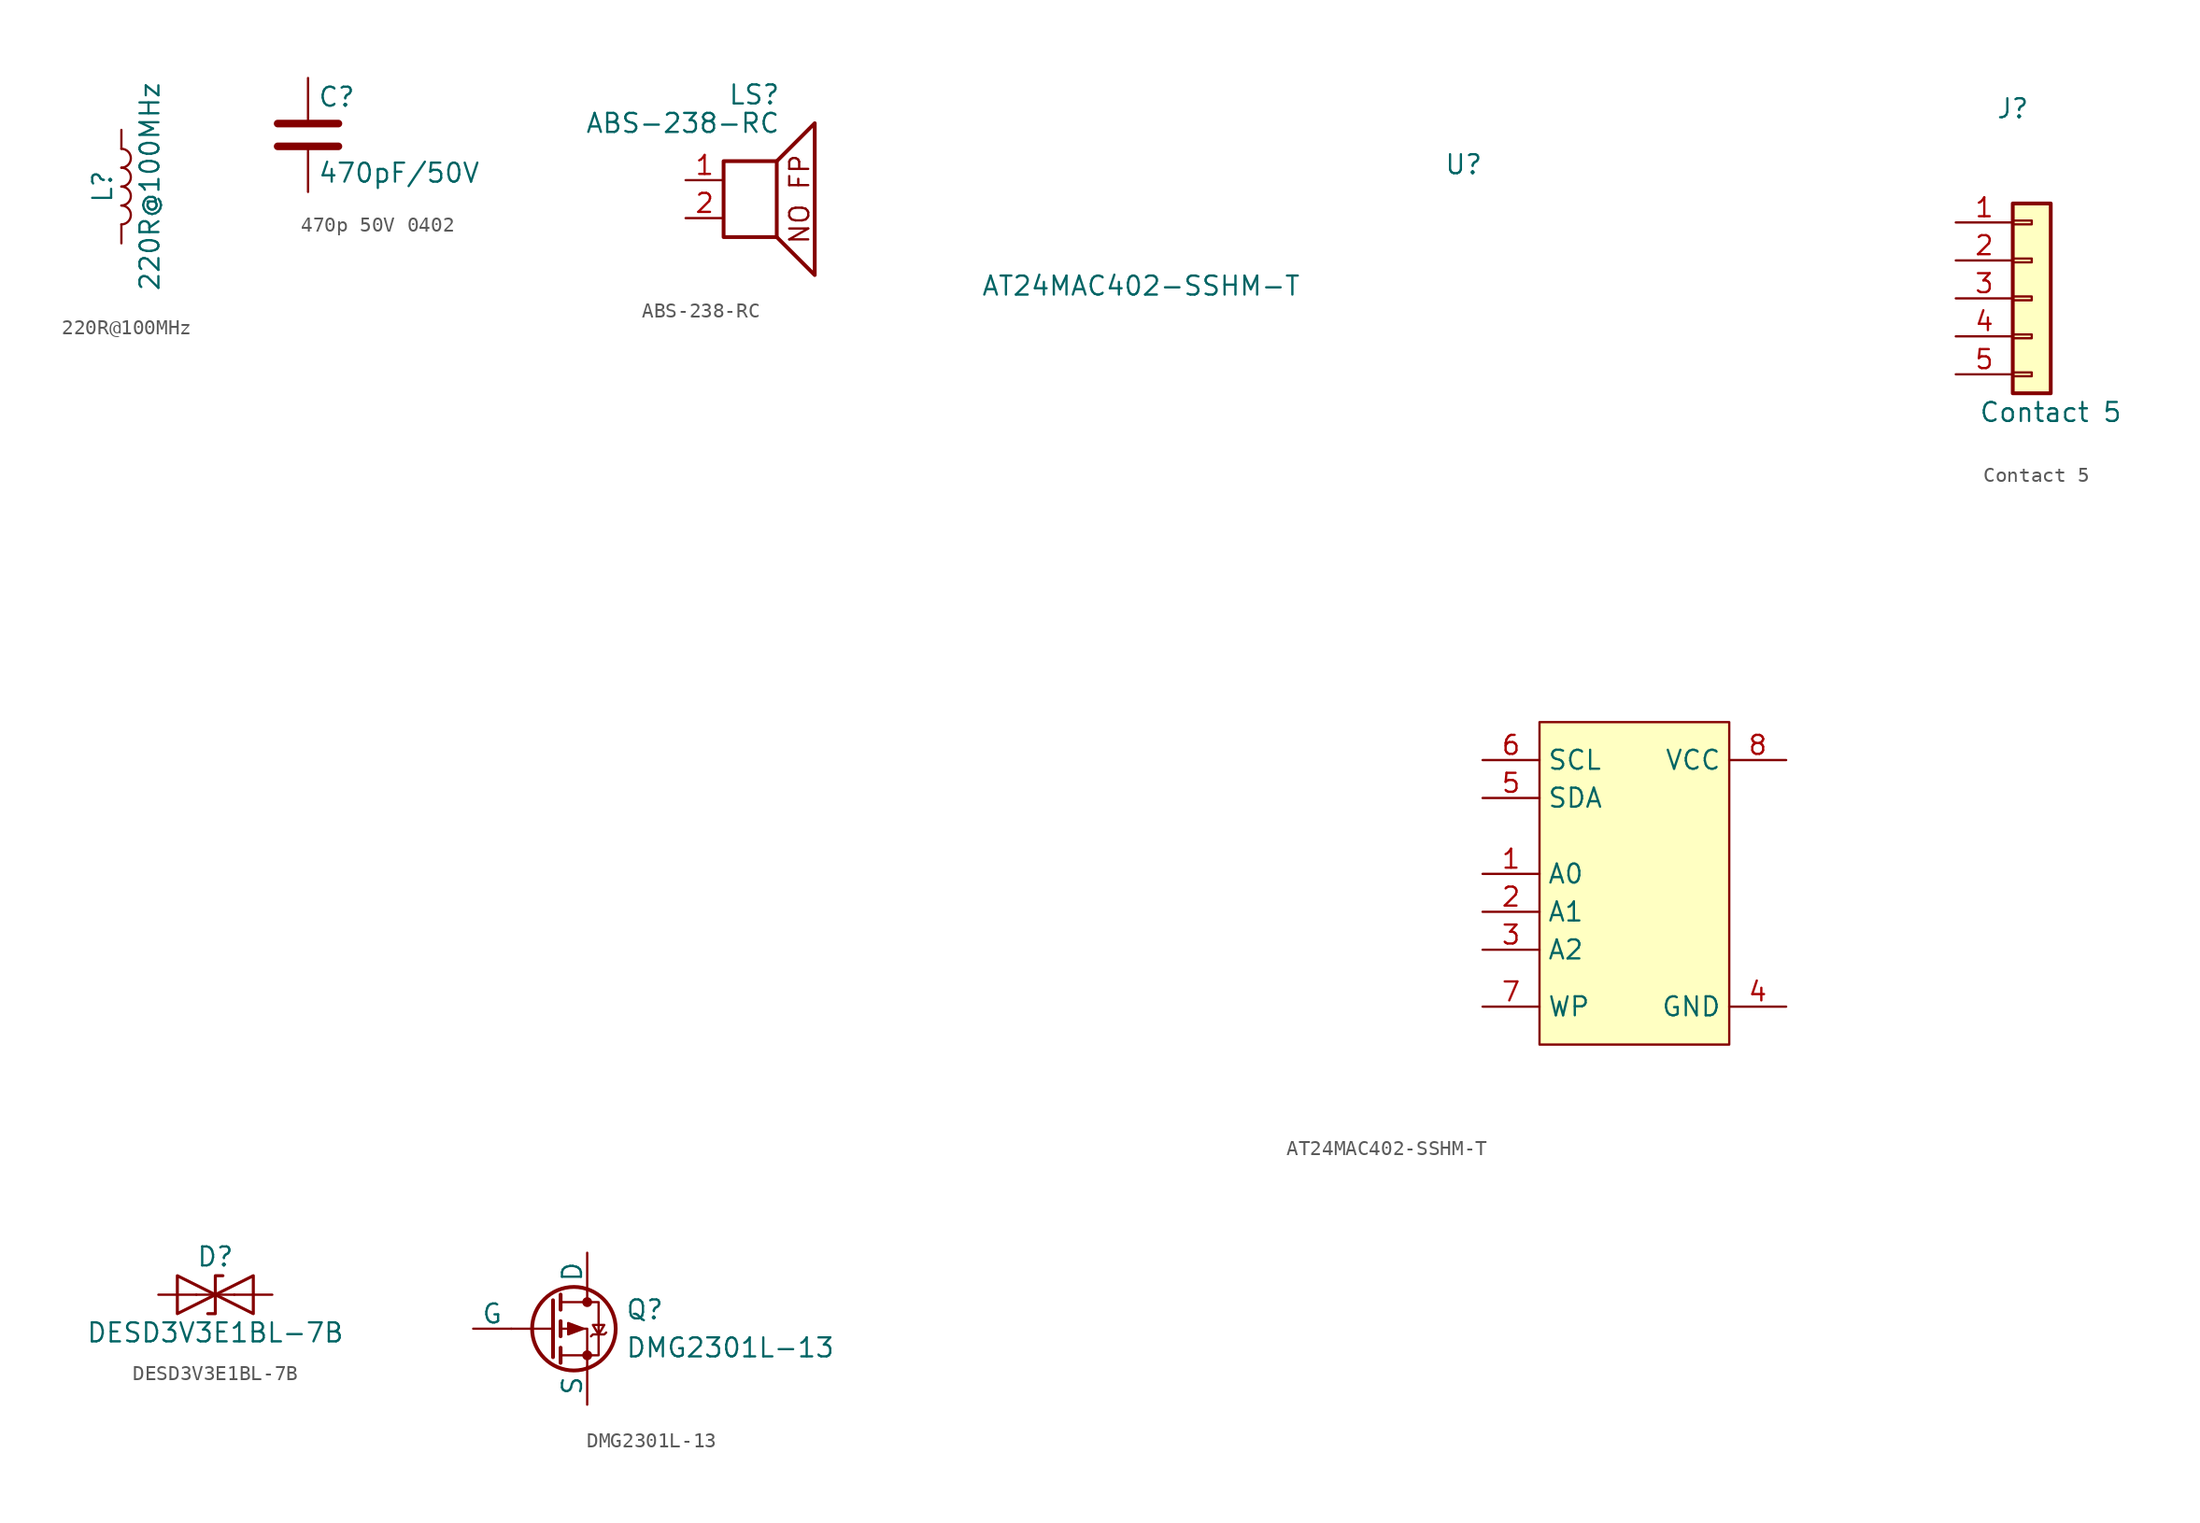
<source format=kicad_sym>
(kicad_symbol_lib
  (version 20231120)
  (generator "kicad_symbol_editor")
  (generator_version "8.0")
  (symbol "220R@100MHz"
    (pin_numbers hide)
    (pin_names
      (offset 1.016) hide)
    (property "Reference" "L"
      (at -1.27 0 90)
      (effects (font (size 1.27 1.27))))
    (property "Value" "220R@100MHz"
      (at 1.905 0 90)
      (effects (font (size 1.27 1.27))))
    (symbol "220R@100MHz_0_1"
      (arc (start 0 -2.54) (mid 0.6323 -1.905) (end 0 -1.27) (stroke (width 0) (type default)) (fill (type none)))
      (arc (start 0 -1.27) (mid 0.6323 -0.635) (end 0 0) (stroke (width 0) (type default)) (fill (type none)))
      (arc (start 0 0) (mid 0.6323 0.635) (end 0 1.27) (stroke (width 0) (type default)) (fill (type none)))
      (arc (start 0 1.27) (mid 0.6323 1.905) (end 0 2.54) (stroke (width 0) (type default)) (fill (type none))))
    (symbol "220R@100MHz_1_1"
      (pin passive line (at 0 3.81 270) (length 1.27) (name "1" (effects (font (size 1.27 1.27)))) (number "1" (effects (font (size 1.27 1.27)))))
      (pin passive line (at 0 -3.81 90) (length 1.27) (name "2" (effects (font (size 1.27 1.27)))) (number "2" (effects (font (size 1.27 1.27)))))))
  (symbol "470p 50V 0402"
    (pin_numbers hide)
    (pin_names
      (offset 0.254))
    (property "Reference" "C"
      (at 0.635 2.54 0)
      (effects (font (size 1.27 1.27)) (justify left)))
    (property "Value" "470pF/50V"
      (at 0.635 -2.54 0)
      (effects (font (size 1.27 1.27)) (justify left)))
    (symbol "470p 50V 0402_0_1"
      (polyline (pts (xy -2.032 -0.762) (xy 2.032 -0.762)) (stroke (width 0.508) (type default)) (fill (type none)))
      (polyline (pts (xy -2.032 0.762) (xy 2.032 0.762)) (stroke (width 0.508) (type default)) (fill (type none))))
    (symbol "470p 50V 0402_1_1"
      (pin passive line (at 0 3.81 270) (length 2.794) (name "~" (effects (font (size 1.27 1.27)))) (number "1" (effects (font (size 1.27 1.27)))))
      (pin passive line (at 0 -3.81 90) (length 2.794) (name "~" (effects (font (size 1.27 1.27)))) (number "2" (effects (font (size 1.27 1.27)))))))
  (symbol "ABS-238-RC"
    (pin_names
      (offset 0) hide)
    (property "Reference" "LS"
      (at 1.27 5.715 0)
      (effects (font (size 1.27 1.27)) (justify right)))
    (property "Value" "ABS-238-RC"
      (at 1.27 3.81 0)
      (effects (font (size 1.27 1.27)) (justify right)))
    (symbol "ABS-238-RC_0_0"
      (rectangle (start -2.54 1.27) (end 1.016 -3.81) (stroke (width 0.254) (type default)) (fill (type none)))
      (polyline (pts (xy 1.016 1.27) (xy 3.556 3.81) (xy 3.556 -6.35) (xy 1.016 -3.81)) (stroke (width 0.254) (type default)) (fill (type none))))
    (symbol "ABS-238-RC_1_1"
      (text "NO FP" (at 2.54 -1.27 900) (effects (font (size 1.27 1.27))))
      (pin input line (at -5.08 0 0) (length 2.54) (name "1" (effects (font (size 1.27 1.27)))) (number "1" (effects (font (size 1.27 1.27)))))
      (pin input line (at -5.08 -2.54 0) (length 2.54) (name "2" (effects (font (size 1.27 1.27)))) (number "2" (effects (font (size 1.27 1.27)))))))
  (symbol "AT24MAC402-SSHM-T"
    (property "Reference" "U"
      (at -5.08 39.878 0)
      (effects (font (size 1.27 1.27))))
    (property "Value" "AT24MAC402-SSHM-T"
      (at -26.67 31.75 0)
      (effects (font (size 1.27 1.27))))
    (symbol "AT24MAC402-SSHM-T_1_1"
      (rectangle (start 0 2.54) (end 12.7 -19.05) (stroke (width 0) (type default)) (fill (type background)))
      (pin input line (at -3.81 -7.62 0) (length 3.81) (name "A0" (effects (font (size 1.27 1.27)))) (number "1" (effects (font (size 1.27 1.27)))))
      (pin input line (at -3.81 -10.16 0) (length 3.81) (name "A1" (effects (font (size 1.27 1.27)))) (number "2" (effects (font (size 1.27 1.27)))))
      (pin input line (at -3.81 -12.7 0) (length 3.81) (name "A2" (effects (font (size 1.27 1.27)))) (number "3" (effects (font (size 1.27 1.27)))))
      (pin power_in line (at 16.51 -16.51 180) (length 3.81) (name "GND" (effects (font (size 1.27 1.27)))) (number "4" (effects (font (size 1.27 1.27)))))
      (pin input line (at -3.81 -2.54 0) (length 3.81) (name "SDA" (effects (font (size 1.27 1.27)))) (number "5" (effects (font (size 1.27 1.27)))))
      (pin input line (at -3.81 0 0) (length 3.81) (name "SCL" (effects (font (size 1.27 1.27)))) (number "6" (effects (font (size 1.27 1.27)))))
      (pin input line (at -3.81 -16.51 0) (length 3.81) (name "WP" (effects (font (size 1.27 1.27)))) (number "7" (effects (font (size 1.27 1.27)))))
      (pin power_in line (at 16.51 0 180) (length 3.81) (name "VCC" (effects (font (size 1.27 1.27)))) (number "8" (effects (font (size 1.27 1.27)))))))
  (symbol "Contact 5"
    (pin_names
      (offset 1.016) hide)
    (property "Reference" "J"
      (at 0 7.62 0)
      (effects (font (size 1.27 1.27))))
    (property "Value" "Contact 5"
      (at 2.54 -12.7 0)
      (effects (font (size 1.27 1.27))))
    (symbol "Contact 5_1_1"
      (rectangle (start 0 -10.033) (end 1.27 -10.287) (stroke (width 0.152) (type default)) (fill (type none)))
      (rectangle (start 0 -7.493) (end 1.27 -7.747) (stroke (width 0.152) (type default)) (fill (type none)))
      (rectangle (start 0 -4.953) (end 1.27 -5.207) (stroke (width 0.152) (type default)) (fill (type none)))
      (rectangle (start 0 -2.413) (end 1.27 -2.667) (stroke (width 0.152) (type default)) (fill (type none)))
      (rectangle (start 0 0.127) (end 1.27 -0.127) (stroke (width 0.152) (type default)) (fill (type none)))
      (rectangle (start 0 1.27) (end 2.54 -11.43) (stroke (width 0.254) (type default)) (fill (type background)))
      (pin passive line (at -3.81 0 0) (length 3.81) (name "Pin_1" (effects (font (size 1.27 1.27)))) (number "1" (effects (font (size 1.27 1.27)))))
      (pin passive line (at -3.81 -2.54 0) (length 3.81) (name "Pin_2" (effects (font (size 1.27 1.27)))) (number "2" (effects (font (size 1.27 1.27)))))
      (pin passive line (at -3.81 -5.08 0) (length 3.81) (name "Pin_3" (effects (font (size 1.27 1.27)))) (number "3" (effects (font (size 1.27 1.27)))))
      (pin passive line (at -3.81 -7.62 0) (length 3.81) (name "Pin_4" (effects (font (size 1.27 1.27)))) (number "4" (effects (font (size 1.27 1.27)))))
      (pin passive line (at -3.81 -10.16 0) (length 3.81) (name "Pin_5" (effects (font (size 1.27 1.27)))) (number "5" (effects (font (size 1.27 1.27)))))))
  (symbol "DESD3V3E1BL-7B"
    (pin_numbers hide)
    (pin_names
      (offset 1.016) hide)
    (property "Reference" "D"
      (at 0 2.54 0)
      (effects (font (size 1.27 1.27))))
    (property "Value" "DESD3V3E1BL-7B"
      (at 0 -2.54 0)
      (effects (font (size 1.27 1.27))))
    (symbol "DESD3V3E1BL-7B_0_1"
      (polyline (pts (xy 1.27 0) (xy -1.27 0)) (stroke (width 0) (type default)) (fill (type none)))
      (polyline (pts (xy -2.54 -1.27) (xy 0 0) (xy -2.54 1.27) (xy -2.54 -1.27)) (stroke (width 0.203) (type default)) (fill (type none)))
      (polyline (pts (xy 0.508 1.27) (xy 0 1.27) (xy 0 -1.27) (xy -0.508 -1.27)) (stroke (width 0.203) (type default)) (fill (type none)))
      (polyline (pts (xy 2.54 1.27) (xy 2.54 -1.27) (xy 0 0) (xy 2.54 1.27)) (stroke (width 0.203) (type default)) (fill (type none))))
    (symbol "DESD3V3E1BL-7B_1_1"
      (pin passive line (at -3.81 0 0) (length 2.54) (name "A1" (effects (font (size 1.27 1.27)))) (number "1" (effects (font (size 1.27 1.27)))))
      (pin passive line (at 3.81 0 180) (length 2.54) (name "A2" (effects (font (size 1.27 1.27)))) (number "2" (effects (font (size 1.27 1.27)))))))
  (symbol "DMG2301L-13"
    (pin_numbers hide)
    (pin_names
      (offset 0))
    (property "Reference" "Q"
      (at 5.08 1.27 0)
      (effects (font (size 1.27 1.27)) (justify left)))
    (property "Value" "DMG2301L-13"
      (at 5.08 -1.27 0)
      (effects (font (size 1.27 1.27)) (justify left)))
    (symbol "DMG2301L-13_0_1"
      (polyline (pts (xy 0.254 0) (xy -2.54 0)) (stroke (width 0) (type default)) (fill (type none)))
      (polyline (pts (xy 0.254 1.905) (xy 0.254 -1.905)) (stroke (width 0.254) (type default)) (fill (type none)))
      (polyline (pts (xy 0.762 -1.27) (xy 0.762 -2.286)) (stroke (width 0.254) (type default)) (fill (type none)))
      (polyline (pts (xy 0.762 0.508) (xy 0.762 -0.508)) (stroke (width 0.254) (type default)) (fill (type none)))
      (polyline (pts (xy 0.762 2.286) (xy 0.762 1.27)) (stroke (width 0.254) (type default)) (fill (type none)))
      (polyline (pts (xy 2.54 2.54) (xy 2.54 1.778)) (stroke (width 0) (type default)) (fill (type none)))
      (polyline (pts (xy 2.54 -2.54) (xy 2.54 0) (xy 0.762 0)) (stroke (width 0) (type default)) (fill (type none)))
      (polyline (pts (xy 0.762 1.778) (xy 3.302 1.778) (xy 3.302 -1.778) (xy 0.762 -1.778)) (stroke (width 0) (type default)) (fill (type none)))
      (polyline (pts (xy 2.286 0) (xy 1.27 0.381) (xy 1.27 -0.381) (xy 2.286 0)) (stroke (width 0) (type default)) (fill (type outline)))
      (polyline (pts (xy 2.794 -0.508) (xy 2.921 -0.381) (xy 3.683 -0.381) (xy 3.81 -0.254)) (stroke (width 0) (type default)) (fill (type none)))
      (polyline (pts (xy 3.302 -0.381) (xy 2.921 0.254) (xy 3.683 0.254) (xy 3.302 -0.381)) (stroke (width 0) (type default)) (fill (type none)))
      (circle (center 1.651 0) (radius 2.794) (stroke (width 0.254) (type default)) (fill (type none)))
      (circle (center 2.54 -1.778) (radius 0.254) (stroke (width 0) (type default)) (fill (type outline)))
      (circle (center 2.54 1.778) (radius 0.254) (stroke (width 0) (type default)) (fill (type outline))))
    (symbol "DMG2301L-13_1_1"
      (pin input line (at -5.08 0 0) (length 2.54) (name "G" (effects (font (size 1.27 1.27)))) (number "1" (effects (font (size 1.27 1.27)))))
      (pin passive line (at 2.54 -5.08 90) (length 2.54) (name "S" (effects (font (size 1.27 1.27)))) (number "2" (effects (font (size 1.27 1.27)))))
      (pin passive line (at 2.54 5.08 270) (length 2.54) (name "D" (effects (font (size 1.27 1.27)))) (number "3" (effects (font (size 1.27 1.27))))))))
</source>
